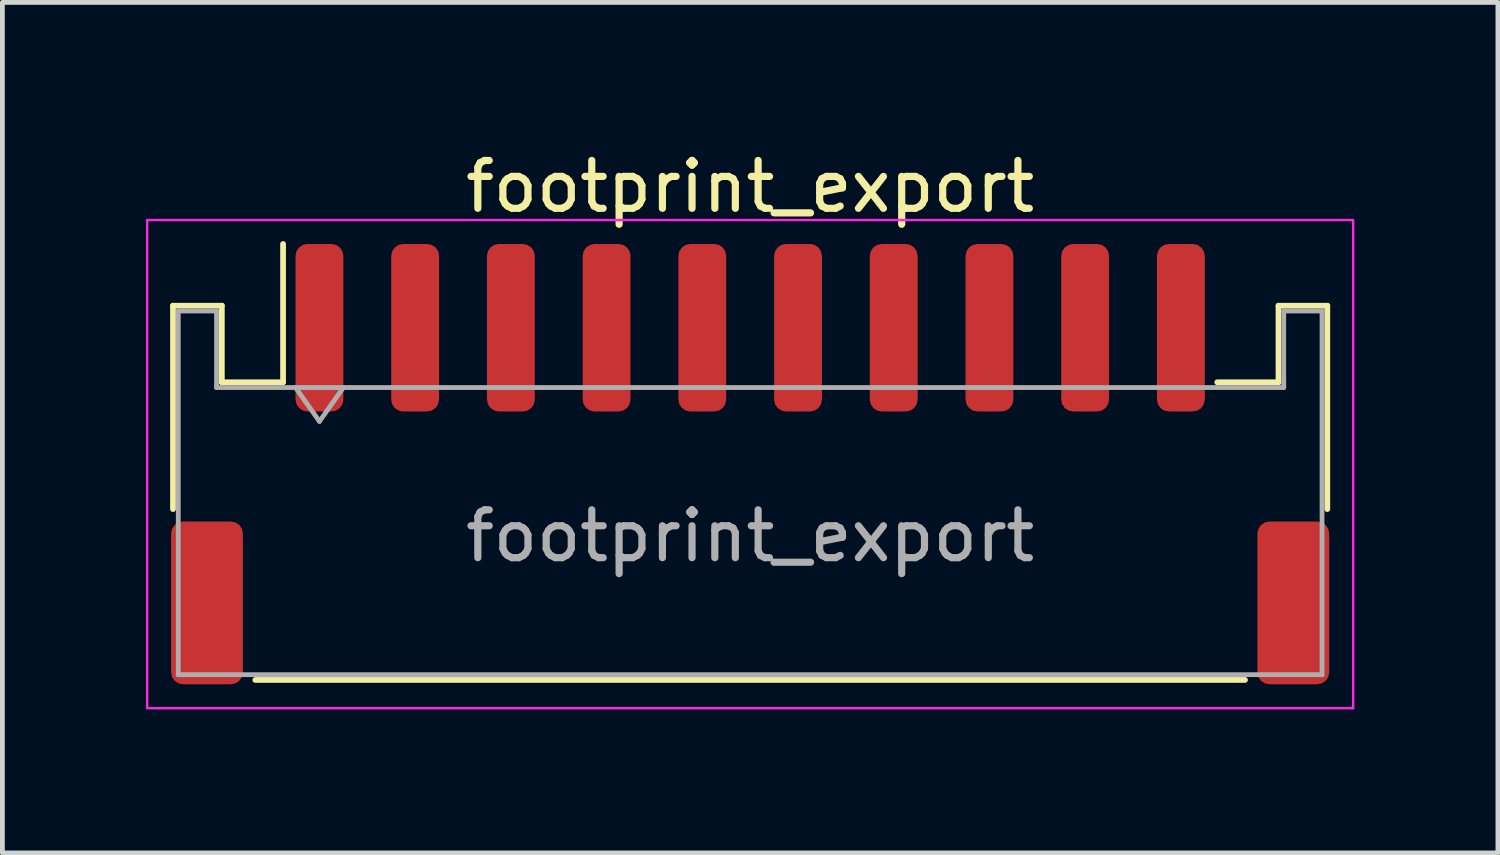
<source format=kicad_pcb>
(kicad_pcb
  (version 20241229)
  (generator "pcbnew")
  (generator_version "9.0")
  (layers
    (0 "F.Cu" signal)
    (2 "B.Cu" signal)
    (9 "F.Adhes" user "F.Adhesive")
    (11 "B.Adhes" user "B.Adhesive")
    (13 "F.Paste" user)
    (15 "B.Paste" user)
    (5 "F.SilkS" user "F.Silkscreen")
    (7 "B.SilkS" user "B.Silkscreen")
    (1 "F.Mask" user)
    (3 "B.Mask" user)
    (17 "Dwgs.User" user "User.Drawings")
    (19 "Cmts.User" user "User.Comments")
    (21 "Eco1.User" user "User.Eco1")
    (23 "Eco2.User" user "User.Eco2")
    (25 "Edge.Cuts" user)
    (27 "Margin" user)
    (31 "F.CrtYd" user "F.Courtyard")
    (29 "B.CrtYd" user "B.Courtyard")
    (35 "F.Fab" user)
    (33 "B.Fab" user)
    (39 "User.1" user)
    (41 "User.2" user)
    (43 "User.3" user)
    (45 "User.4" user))
  (footprint "footprint_export"
    (layer "F.Cu")
    (at 12.625 6.648)
    (property "Reference" "footprint_export" (at 0 -5.8 0) (layer "F.SilkS") (effects (font (size 1 1) (thickness 0.15))))
    (attr smd)
    (fp_line (start -12.06 -3.31) (end -11.04 -3.31) (stroke (width 0.12) (type solid)) (layer "F.SilkS"))
    (fp_line (start -12.06 0.94) (end -12.06 -3.31) (stroke (width 0.12) (type solid)) (layer "F.SilkS"))
    (fp_line (start -11.04 -3.31) (end -11.04 -1.71) (stroke (width 0.12) (type solid)) (layer "F.SilkS"))
    (fp_line (start -11.04 -1.71) (end -9.76 -1.71) (stroke (width 0.12) (type solid)) (layer "F.SilkS"))
    (fp_line (start -10.34 4.51) (end 10.34 4.51) (stroke (width 0.12) (type solid)) (layer "F.SilkS"))
    (fp_line (start -9.76 -1.71) (end -9.76 -4.6) (stroke (width 0.12) (type solid)) (layer "F.SilkS"))
    (fp_line (start 11.04 -3.31) (end 11.04 -1.71) (stroke (width 0.12) (type solid)) (layer "F.SilkS"))
    (fp_line (start 11.04 -1.71) (end 9.76 -1.71) (stroke (width 0.12) (type solid)) (layer "F.SilkS"))
    (fp_line (start 12.06 -3.31) (end 11.04 -3.31) (stroke (width 0.12) (type solid)) (layer "F.SilkS"))
    (fp_line (start 12.06 0.94) (end 12.06 -3.31) (stroke (width 0.12) (type solid)) (layer "F.SilkS"))
    (fp_line (start -12.6 -5.1) (end -12.6 5.1) (stroke (width 0.05) (type solid)) (layer "F.CrtYd"))
    (fp_line (start -12.6 5.1) (end 12.6 5.1) (stroke (width 0.05) (type solid)) (layer "F.CrtYd"))
    (fp_line (start 12.6 -5.1) (end -12.6 -5.1) (stroke (width 0.05) (type solid)) (layer "F.CrtYd"))
    (fp_line (start 12.6 5.1) (end 12.6 -5.1) (stroke (width 0.05) (type solid)) (layer "F.CrtYd"))
    (fp_line (start -11.95 -3.2) (end -11.95 4.4) (stroke (width 0.1) (type solid)) (layer "F.Fab"))
    (fp_line (start -11.95 -3.2) (end -11.15 -3.2) (stroke (width 0.1) (type solid)) (layer "F.Fab"))
    (fp_line (start -11.95 4.4) (end 11.95 4.4) (stroke (width 0.1) (type solid)) (layer "F.Fab"))
    (fp_line (start -11.15 -3.2) (end -11.15 -1.6) (stroke (width 0.1) (type solid)) (layer "F.Fab"))
    (fp_line (start -11.15 -1.6) (end 11.15 -1.6) (stroke (width 0.1) (type solid)) (layer "F.Fab"))
    (fp_line (start -9.5 -1.6) (end -9 -0.893) (stroke (width 0.1) (type solid)) (layer "F.Fab"))
    (fp_line (start -9 -0.893) (end -8.5 -1.6) (stroke (width 0.1) (type solid)) (layer "F.Fab"))
    (fp_line (start 11.15 -3.2) (end 11.95 -3.2) (stroke (width 0.1) (type solid)) (layer "F.Fab"))
    (fp_line (start 11.15 -1.6) (end 11.15 -3.2) (stroke (width 0.1) (type solid)) (layer "F.Fab"))
    (fp_line (start 11.95 -3.2) (end 11.95 4.4) (stroke (width 0.1) (type solid)) (layer "F.Fab"))
    (fp_text user "${REFERENCE}" (at 0 1.5 0) (layer "F.Fab") (effects (font (size 1 1) (thickness 0.15))))
    (pad "1" smd roundrect (at -9 -2.85) (size 1 3.5) (layers "F.Cu" "F.Mask" "F.Paste") (roundrect_rratio 0.25))
    (pad "2" smd roundrect (at -7 -2.85) (size 1 3.5) (layers "F.Cu" "F.Mask" "F.Paste") (roundrect_rratio 0.25))
    (pad "3" smd roundrect (at -5 -2.85) (size 1 3.5) (layers "F.Cu" "F.Mask" "F.Paste") (roundrect_rratio 0.25))
    (pad "4" smd roundrect (at -3 -2.85) (size 1 3.5) (layers "F.Cu" "F.Mask" "F.Paste") (roundrect_rratio 0.25))
    (pad "5" smd roundrect (at -1 -2.85) (size 1 3.5) (layers "F.Cu" "F.Mask" "F.Paste") (roundrect_rratio 0.25))
    (pad "6" smd roundrect (at 1 -2.85) (size 1 3.5) (layers "F.Cu" "F.Mask" "F.Paste") (roundrect_rratio 0.25))
    (pad "7" smd roundrect (at 3 -2.85) (size 1 3.5) (layers "F.Cu" "F.Mask" "F.Paste") (roundrect_rratio 0.25))
    (pad "8" smd roundrect (at 5 -2.85) (size 1 3.5) (layers "F.Cu" "F.Mask" "F.Paste") (roundrect_rratio 0.25))
    (pad "9" smd roundrect (at 7 -2.85) (size 1 3.5) (layers "F.Cu" "F.Mask" "F.Paste") (roundrect_rratio 0.25))
    (pad "10" smd roundrect (at 9 -2.85) (size 1 3.5) (layers "F.Cu" "F.Mask" "F.Paste") (roundrect_rratio 0.25))
    (pad "MP" smd roundrect (at -11.35 2.9) (size 1.5 3.4) (layers "F.Cu" "F.Mask" "F.Paste") (roundrect_rratio 0.167))
    (pad "MP" smd roundrect (at 11.35 2.9) (size 1.5 3.4) (layers "F.Cu" "F.Mask" "F.Paste") (roundrect_rratio 0.167)))
  (gr_rect
    (start -3 -3)
    (end 28.25 14.773)
    (stroke (width 0.1) (type default))
    (fill no)
    (layer "Edge.Cuts")))
</source>
